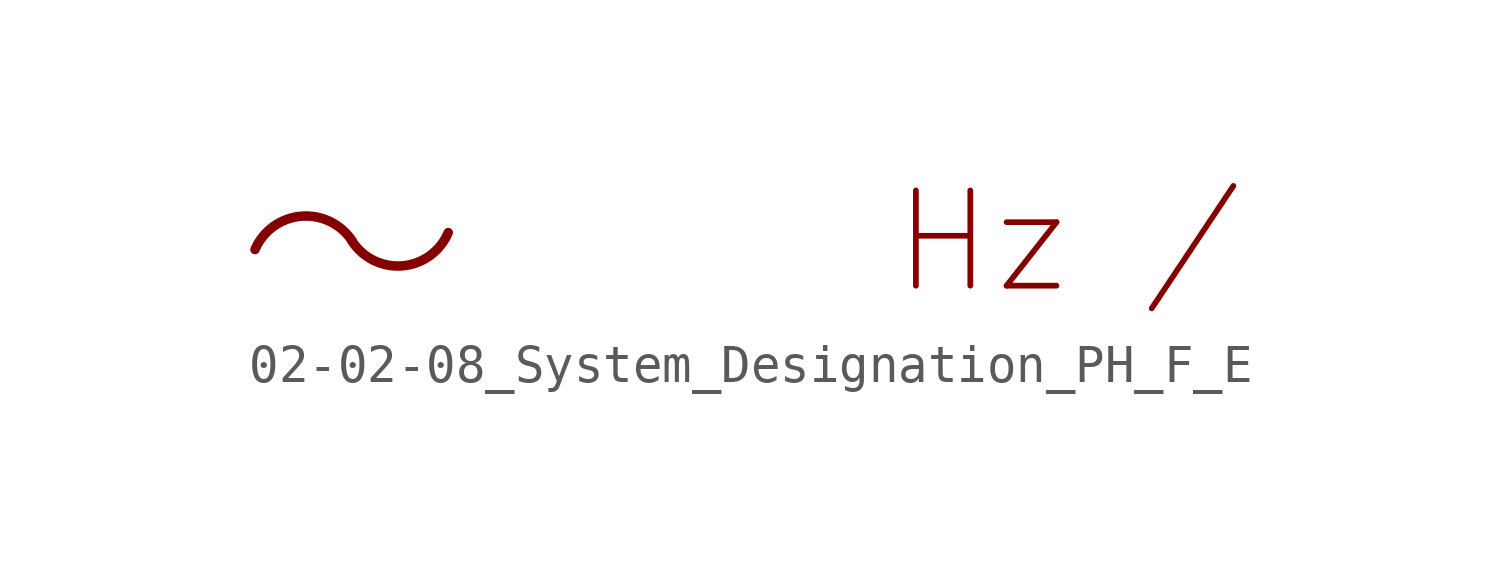
<source format=kicad_sym>
(kicad_symbol_lib
  (version 20200827)
  (generator kicad_symbol_editor)
  (symbol "Symbol_IEC_60617-2:02-02-08_System_Designation_PH_F_E"
    (pin_numbers hide)
    (pin_names
      (offset 0) hide)
    (property "Reference" "#SYM"
      (at 0 5.08 0)
      (effects (font (size 1.27 1.27)) hide))
    (symbol "02-02-08_System_Designation_PH_F_E_1_1"
      (arc (start -0.0363 0.0266) (end -2.6271 -0.202) (radius (at -1.27 -0.7874) (length 1.478) (angles 33.4 156.7)) (stroke (width 0.254)) (fill (type none)))
      (arc (start 2.5262 0.2478) (end -0.0392 0.0192) (radius (at 1.1829 0.814) (length 1.4578) (angles -22.9 -147)) (stroke (width 0.254)) (fill (type none))))
    (symbol "02-02-08_System_Designation_PH_F_E_0_0"
      (text "Hz /" (at 19.05 0 0) (effects (font (size 2.54 2.54)))))))
</source>
